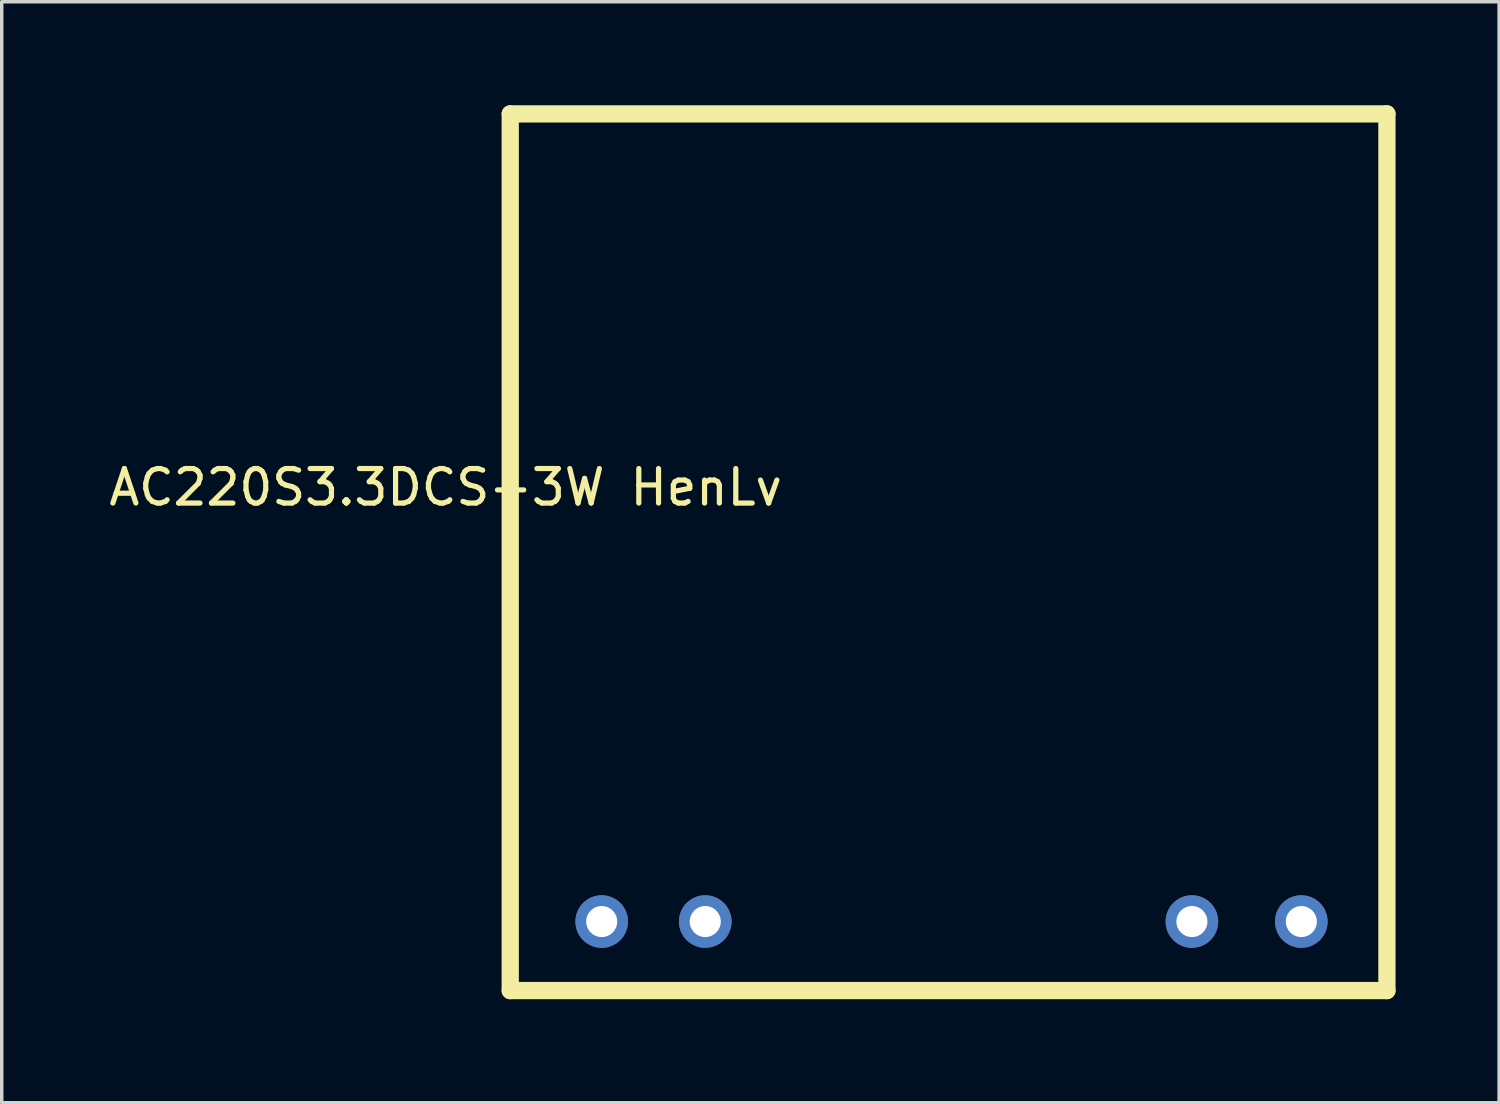
<source format=kicad_pcb>
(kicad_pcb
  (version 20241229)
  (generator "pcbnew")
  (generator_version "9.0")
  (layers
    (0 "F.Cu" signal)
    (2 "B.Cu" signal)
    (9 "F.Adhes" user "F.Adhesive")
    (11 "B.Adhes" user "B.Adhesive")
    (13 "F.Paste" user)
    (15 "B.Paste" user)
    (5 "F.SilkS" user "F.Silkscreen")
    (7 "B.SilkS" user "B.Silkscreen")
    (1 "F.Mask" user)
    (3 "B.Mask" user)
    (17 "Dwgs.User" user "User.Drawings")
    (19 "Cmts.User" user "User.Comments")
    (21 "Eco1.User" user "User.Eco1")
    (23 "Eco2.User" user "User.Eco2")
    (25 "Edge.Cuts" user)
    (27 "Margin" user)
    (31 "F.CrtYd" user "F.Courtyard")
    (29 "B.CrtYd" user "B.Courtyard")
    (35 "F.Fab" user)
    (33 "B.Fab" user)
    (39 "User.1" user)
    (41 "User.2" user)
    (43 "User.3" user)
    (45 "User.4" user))
  (footprint "AC220S3.3DCS-3W HenLv"
    (layer "F.Cu")
    (at 11.733 0.25)
    (property "Reference" "AC220S3.3DCS-3W HenLv" (at -1.87 10.82 0) (layer "F.SilkS") (effects (font (size 1 1) (thickness 0.15))))
    (attr through_hole)
    (fp_line (start 0 0) (end 25.4 0) (stroke (width 0.5) (type solid)) (layer "F.SilkS"))
    (fp_line (start 0 25.4) (end 0 0) (stroke (width 0.5) (type solid)) (layer "F.SilkS"))
    (fp_line (start 25.4 0) (end 25.4 25.4) (stroke (width 0.5) (type solid)) (layer "F.SilkS"))
    (fp_line (start 25.4 25.4) (end 0 25.4) (stroke (width 0.5) (type solid)) (layer "F.SilkS"))
    (pad "1" thru_hole circle (at 22.92 23.4) (size 1.524 1.524) (drill 0.9) (layers "*.Cu" "*.Mask"))
    (pad "2" thru_hole circle (at 19.75 23.4) (size 1.524 1.524) (drill 0.9) (layers "*.Cu" "*.Mask"))
    (pad "3" thru_hole circle (at 5.65 23.4) (size 1.524 1.524) (drill 0.9) (layers "*.Cu" "*.Mask"))
    (pad "4" thru_hole circle (at 2.65 23.4) (size 1.524 1.524) (drill 0.9) (layers "*.Cu" "*.Mask")))
  (gr_rect
    (start -3 -3)
    (end 40.383 28.9)
    (stroke (width 0.1) (type default))
    (fill no)
    (layer "Edge.Cuts")))
</source>
